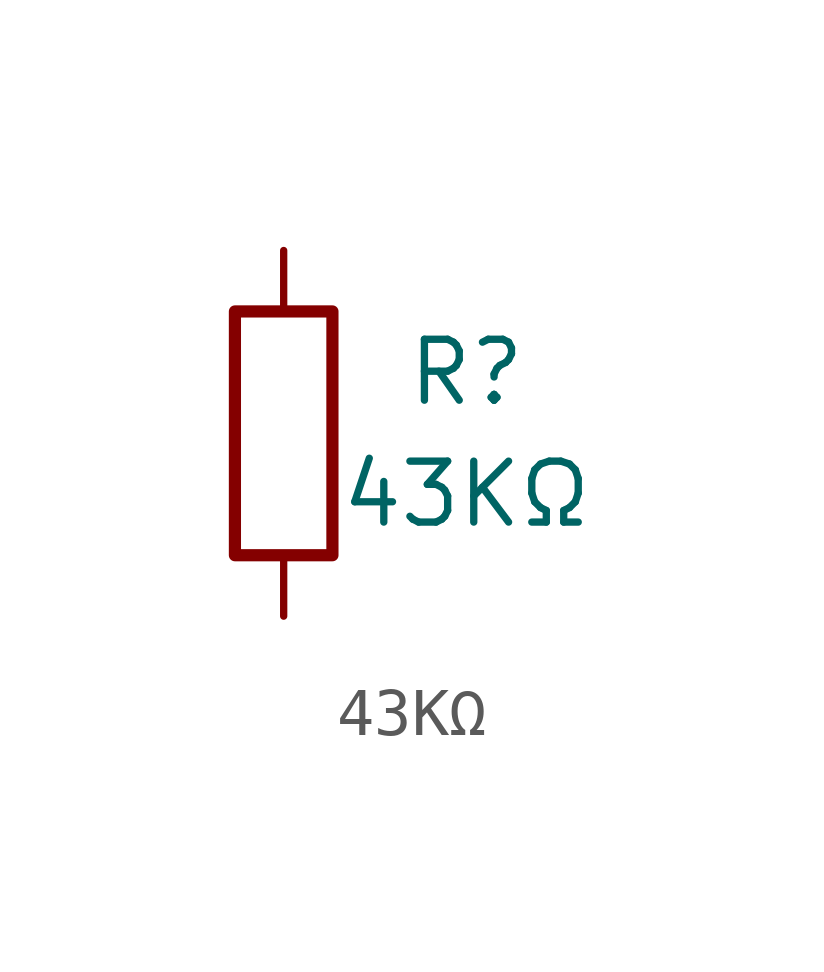
<source format=kicad_sym>
(kicad_symbol_lib
  (version 20241209)
  (generator "kicad_symbol_editor")
  (generator_version "9.0")
  (symbol "43KΩ"
    (pin_numbers
      (hide yes))
    (pin_names
      (offset 0))
    (property "Reference" "R"
      (at 3.81 1.27 0)
      (effects (font (size 1.27 1.27))))
    (property "Value" "43KΩ"
      (at 3.81 -1.27 0)
      (effects (font (size 1.27 1.27))))
    (symbol "43KΩ_0_1"
      (rectangle (start -1.016 -2.54) (end 1.016 2.54) (stroke (width 0.254) (type solid)) (fill (type none))))
    (symbol "43KΩ_1_1"
      (pin passive line (at 0 3.81 270) (length 1.27) (name "~" (effects (font (size 1.27 1.27)))) (number "1" (effects (font (size 1.27 1.27)))))
      (pin passive line (at 0 -3.81 90) (length 1.27) (name "~" (effects (font (size 1.27 1.27)))) (number "2" (effects (font (size 1.27 1.27))))))))
</source>
